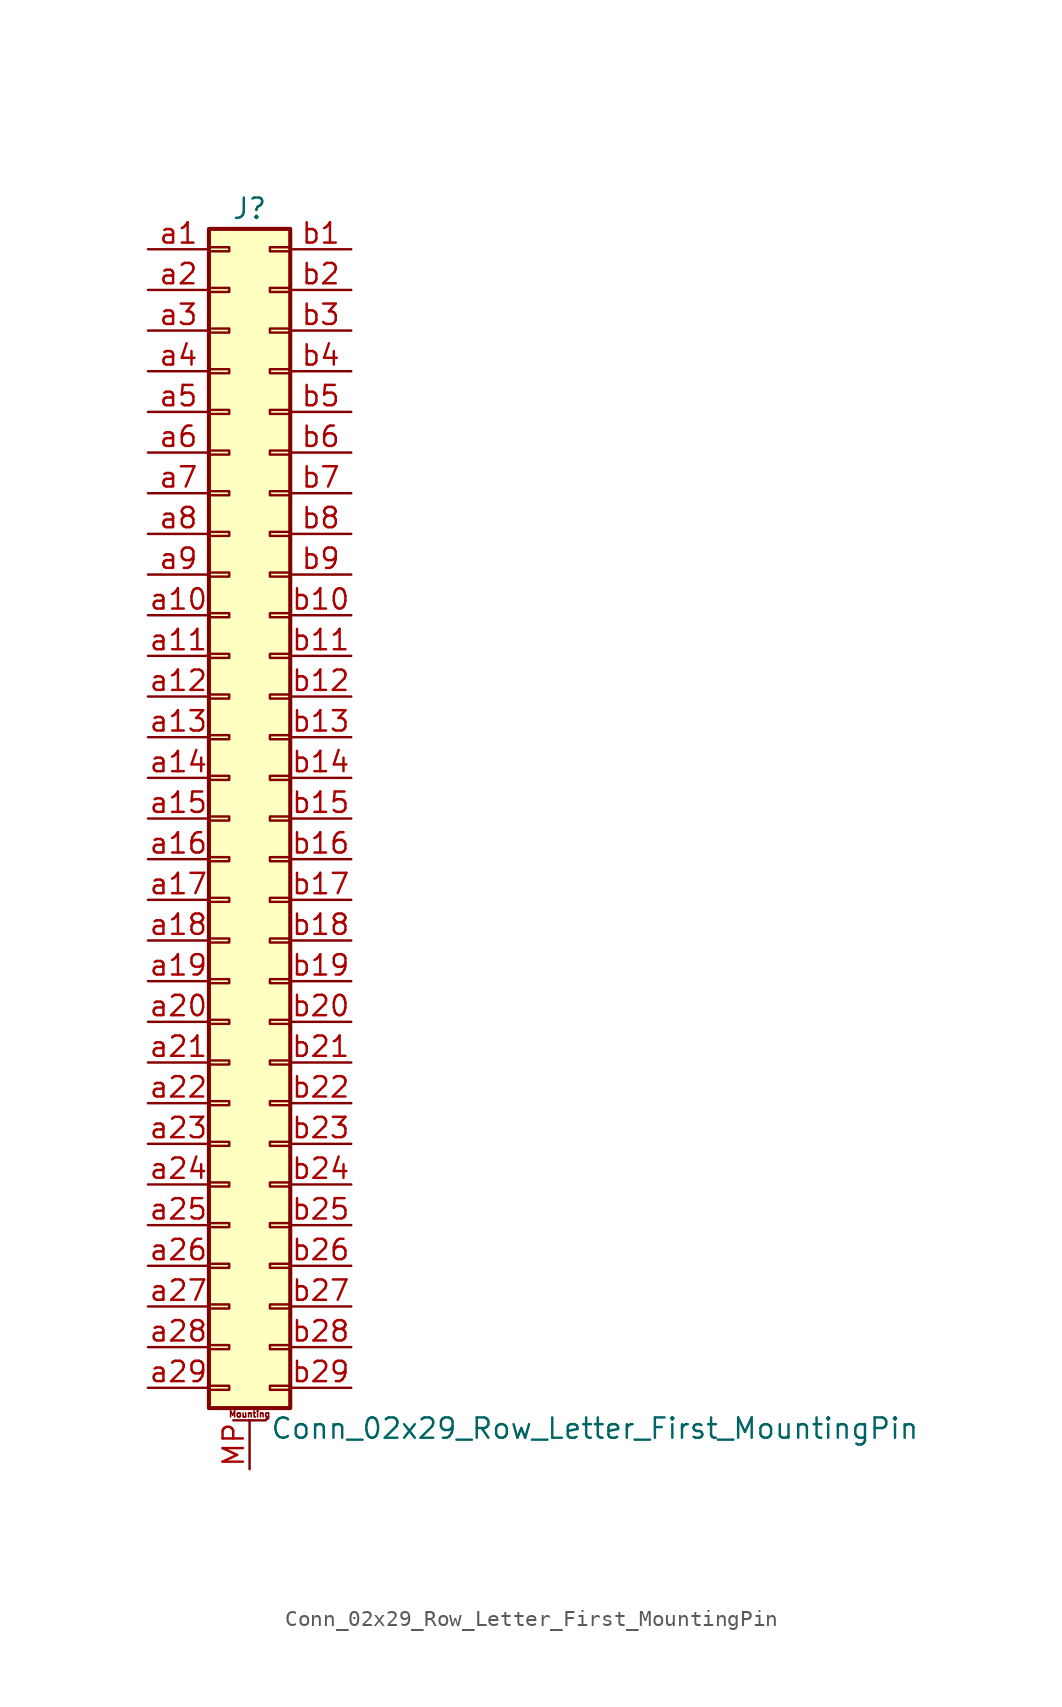
<source format=kicad_sym>
(kicad_symbol_lib
  (version 20201005)
  (generator kicad_symbol_editor)
  (symbol "Conn_02x29_Row_Letter_First_MountingPin"
    (pin_names
      (offset 1.016) hide)
    (property "Reference" "J"
      (at 1.27 38.1 0)
      (effects (font (size 1.27 1.27))))
    (property "Value" "Conn_02x29_Row_Letter_First_MountingPin"
      (at 2.54 -38.1 0)
      (effects (font (size 1.27 1.27)) (justify left)))
    (symbol "Conn_02x29_Row_Letter_First_MountingPin_1_1"
      (text "Mounting" (at 1.27 -37.211 0) (effects (font (size 0.381 0.381))))
      (rectangle (start -1.27 -35.433) (end 0 -35.687) (stroke (width 0.152)) (fill (type none)))
      (rectangle (start -1.27 -32.893) (end 0 -33.147) (stroke (width 0.152)) (fill (type none)))
      (rectangle (start -1.27 -30.353) (end 0 -30.607) (stroke (width 0.152)) (fill (type none)))
      (rectangle (start -1.27 -27.813) (end 0 -28.067) (stroke (width 0.152)) (fill (type none)))
      (rectangle (start -1.27 -25.273) (end 0 -25.527) (stroke (width 0.152)) (fill (type none)))
      (rectangle (start -1.27 -22.733) (end 0 -22.987) (stroke (width 0.152)) (fill (type none)))
      (rectangle (start -1.27 -20.193) (end 0 -20.447) (stroke (width 0.152)) (fill (type none)))
      (rectangle (start -1.27 -17.653) (end 0 -17.907) (stroke (width 0.152)) (fill (type none)))
      (rectangle (start -1.27 -15.113) (end 0 -15.367) (stroke (width 0.152)) (fill (type none)))
      (rectangle (start -1.27 -12.573) (end 0 -12.827) (stroke (width 0.152)) (fill (type none)))
      (rectangle (start -1.27 -10.033) (end 0 -10.287) (stroke (width 0.152)) (fill (type none)))
      (rectangle (start -1.27 -7.493) (end 0 -7.747) (stroke (width 0.152)) (fill (type none)))
      (rectangle (start -1.27 -4.953) (end 0 -5.207) (stroke (width 0.152)) (fill (type none)))
      (rectangle (start -1.27 -2.413) (end 0 -2.667) (stroke (width 0.152)) (fill (type none)))
      (rectangle (start -1.27 0.127) (end 0 -0.127) (stroke (width 0.152)) (fill (type none)))
      (rectangle (start -1.27 2.667) (end 0 2.413) (stroke (width 0.152)) (fill (type none)))
      (rectangle (start -1.27 5.207) (end 0 4.953) (stroke (width 0.152)) (fill (type none)))
      (rectangle (start -1.27 7.747) (end 0 7.493) (stroke (width 0.152)) (fill (type none)))
      (rectangle (start -1.27 10.287) (end 0 10.033) (stroke (width 0.152)) (fill (type none)))
      (rectangle (start -1.27 12.827) (end 0 12.573) (stroke (width 0.152)) (fill (type none)))
      (rectangle (start -1.27 15.367) (end 0 15.113) (stroke (width 0.152)) (fill (type none)))
      (rectangle (start -1.27 17.907) (end 0 17.653) (stroke (width 0.152)) (fill (type none)))
      (rectangle (start -1.27 20.447) (end 0 20.193) (stroke (width 0.152)) (fill (type none)))
      (rectangle (start -1.27 22.987) (end 0 22.733) (stroke (width 0.152)) (fill (type none)))
      (rectangle (start -1.27 25.527) (end 0 25.273) (stroke (width 0.152)) (fill (type none)))
      (rectangle (start -1.27 28.067) (end 0 27.813) (stroke (width 0.152)) (fill (type none)))
      (rectangle (start -1.27 30.607) (end 0 30.353) (stroke (width 0.152)) (fill (type none)))
      (rectangle (start -1.27 33.147) (end 0 32.893) (stroke (width 0.152)) (fill (type none)))
      (rectangle (start -1.27 35.687) (end 0 35.433) (stroke (width 0.152)) (fill (type none)))
      (rectangle (start -1.27 36.83) (end 3.81 -36.83) (stroke (width 0.254)) (fill (type background)))
      (rectangle (start 3.81 -35.433) (end 2.54 -35.687) (stroke (width 0.152)) (fill (type none)))
      (rectangle (start 3.81 -32.893) (end 2.54 -33.147) (stroke (width 0.152)) (fill (type none)))
      (rectangle (start 3.81 -30.353) (end 2.54 -30.607) (stroke (width 0.152)) (fill (type none)))
      (rectangle (start 3.81 -27.813) (end 2.54 -28.067) (stroke (width 0.152)) (fill (type none)))
      (rectangle (start 3.81 -25.273) (end 2.54 -25.527) (stroke (width 0.152)) (fill (type none)))
      (rectangle (start 3.81 -22.733) (end 2.54 -22.987) (stroke (width 0.152)) (fill (type none)))
      (rectangle (start 3.81 -20.193) (end 2.54 -20.447) (stroke (width 0.152)) (fill (type none)))
      (rectangle (start 3.81 -17.653) (end 2.54 -17.907) (stroke (width 0.152)) (fill (type none)))
      (rectangle (start 3.81 -15.113) (end 2.54 -15.367) (stroke (width 0.152)) (fill (type none)))
      (rectangle (start 3.81 -12.573) (end 2.54 -12.827) (stroke (width 0.152)) (fill (type none)))
      (rectangle (start 3.81 -10.033) (end 2.54 -10.287) (stroke (width 0.152)) (fill (type none)))
      (rectangle (start 3.81 -7.493) (end 2.54 -7.747) (stroke (width 0.152)) (fill (type none)))
      (rectangle (start 3.81 -4.953) (end 2.54 -5.207) (stroke (width 0.152)) (fill (type none)))
      (rectangle (start 3.81 -2.413) (end 2.54 -2.667) (stroke (width 0.152)) (fill (type none)))
      (rectangle (start 3.81 0.127) (end 2.54 -0.127) (stroke (width 0.152)) (fill (type none)))
      (rectangle (start 3.81 2.667) (end 2.54 2.413) (stroke (width 0.152)) (fill (type none)))
      (rectangle (start 3.81 5.207) (end 2.54 4.953) (stroke (width 0.152)) (fill (type none)))
      (rectangle (start 3.81 7.747) (end 2.54 7.493) (stroke (width 0.152)) (fill (type none)))
      (rectangle (start 3.81 10.287) (end 2.54 10.033) (stroke (width 0.152)) (fill (type none)))
      (rectangle (start 3.81 12.827) (end 2.54 12.573) (stroke (width 0.152)) (fill (type none)))
      (rectangle (start 3.81 15.367) (end 2.54 15.113) (stroke (width 0.152)) (fill (type none)))
      (rectangle (start 3.81 17.907) (end 2.54 17.653) (stroke (width 0.152)) (fill (type none)))
      (rectangle (start 3.81 20.447) (end 2.54 20.193) (stroke (width 0.152)) (fill (type none)))
      (rectangle (start 3.81 22.987) (end 2.54 22.733) (stroke (width 0.152)) (fill (type none)))
      (rectangle (start 3.81 25.527) (end 2.54 25.273) (stroke (width 0.152)) (fill (type none)))
      (rectangle (start 3.81 28.067) (end 2.54 27.813) (stroke (width 0.152)) (fill (type none)))
      (rectangle (start 3.81 30.607) (end 2.54 30.353) (stroke (width 0.152)) (fill (type none)))
      (rectangle (start 3.81 33.147) (end 2.54 32.893) (stroke (width 0.152)) (fill (type none)))
      (rectangle (start 3.81 35.687) (end 2.54 35.433) (stroke (width 0.152)) (fill (type none)))
      (polyline (pts (xy 0.254 -37.592) (xy 2.286 -37.592)) (stroke (width 0.152)) (fill (type none)))
      (pin passive line (at 1.27 -40.64 90) (length 3.048) (name "MountPin" (effects (font (size 1.27 1.27)))) (number "MP" (effects (font (size 1.27 1.27)))))
      (pin passive line (at -5.08 35.56 0) (length 3.81) (name "Pin_a1" (effects (font (size 1.27 1.27)))) (number "a1" (effects (font (size 1.27 1.27)))))
      (pin passive line (at -5.08 12.7 0) (length 3.81) (name "Pin_a10" (effects (font (size 1.27 1.27)))) (number "a10" (effects (font (size 1.27 1.27)))))
      (pin passive line (at -5.08 10.16 0) (length 3.81) (name "Pin_a11" (effects (font (size 1.27 1.27)))) (number "a11" (effects (font (size 1.27 1.27)))))
      (pin passive line (at -5.08 7.62 0) (length 3.81) (name "Pin_a12" (effects (font (size 1.27 1.27)))) (number "a12" (effects (font (size 1.27 1.27)))))
      (pin passive line (at -5.08 5.08 0) (length 3.81) (name "Pin_a13" (effects (font (size 1.27 1.27)))) (number "a13" (effects (font (size 1.27 1.27)))))
      (pin passive line (at -5.08 2.54 0) (length 3.81) (name "Pin_a14" (effects (font (size 1.27 1.27)))) (number "a14" (effects (font (size 1.27 1.27)))))
      (pin passive line (at -5.08 0 0) (length 3.81) (name "Pin_a15" (effects (font (size 1.27 1.27)))) (number "a15" (effects (font (size 1.27 1.27)))))
      (pin passive line (at -5.08 -2.54 0) (length 3.81) (name "Pin_a16" (effects (font (size 1.27 1.27)))) (number "a16" (effects (font (size 1.27 1.27)))))
      (pin passive line (at -5.08 -5.08 0) (length 3.81) (name "Pin_a17" (effects (font (size 1.27 1.27)))) (number "a17" (effects (font (size 1.27 1.27)))))
      (pin passive line (at -5.08 -7.62 0) (length 3.81) (name "Pin_a18" (effects (font (size 1.27 1.27)))) (number "a18" (effects (font (size 1.27 1.27)))))
      (pin passive line (at -5.08 -10.16 0) (length 3.81) (name "Pin_a19" (effects (font (size 1.27 1.27)))) (number "a19" (effects (font (size 1.27 1.27)))))
      (pin passive line (at -5.08 33.02 0) (length 3.81) (name "Pin_a2" (effects (font (size 1.27 1.27)))) (number "a2" (effects (font (size 1.27 1.27)))))
      (pin passive line (at -5.08 -12.7 0) (length 3.81) (name "Pin_a20" (effects (font (size 1.27 1.27)))) (number "a20" (effects (font (size 1.27 1.27)))))
      (pin passive line (at -5.08 -15.24 0) (length 3.81) (name "Pin_a21" (effects (font (size 1.27 1.27)))) (number "a21" (effects (font (size 1.27 1.27)))))
      (pin passive line (at -5.08 -17.78 0) (length 3.81) (name "Pin_a22" (effects (font (size 1.27 1.27)))) (number "a22" (effects (font (size 1.27 1.27)))))
      (pin passive line (at -5.08 -20.32 0) (length 3.81) (name "Pin_a23" (effects (font (size 1.27 1.27)))) (number "a23" (effects (font (size 1.27 1.27)))))
      (pin passive line (at -5.08 -22.86 0) (length 3.81) (name "Pin_a24" (effects (font (size 1.27 1.27)))) (number "a24" (effects (font (size 1.27 1.27)))))
      (pin passive line (at -5.08 -25.4 0) (length 3.81) (name "Pin_a25" (effects (font (size 1.27 1.27)))) (number "a25" (effects (font (size 1.27 1.27)))))
      (pin passive line (at -5.08 -27.94 0) (length 3.81) (name "Pin_a26" (effects (font (size 1.27 1.27)))) (number "a26" (effects (font (size 1.27 1.27)))))
      (pin passive line (at -5.08 -30.48 0) (length 3.81) (name "Pin_a27" (effects (font (size 1.27 1.27)))) (number "a27" (effects (font (size 1.27 1.27)))))
      (pin passive line (at -5.08 -33.02 0) (length 3.81) (name "Pin_a28" (effects (font (size 1.27 1.27)))) (number "a28" (effects (font (size 1.27 1.27)))))
      (pin passive line (at -5.08 -35.56 0) (length 3.81) (name "Pin_a29" (effects (font (size 1.27 1.27)))) (number "a29" (effects (font (size 1.27 1.27)))))
      (pin passive line (at -5.08 30.48 0) (length 3.81) (name "Pin_a3" (effects (font (size 1.27 1.27)))) (number "a3" (effects (font (size 1.27 1.27)))))
      (pin passive line (at -5.08 27.94 0) (length 3.81) (name "Pin_a4" (effects (font (size 1.27 1.27)))) (number "a4" (effects (font (size 1.27 1.27)))))
      (pin passive line (at -5.08 25.4 0) (length 3.81) (name "Pin_a5" (effects (font (size 1.27 1.27)))) (number "a5" (effects (font (size 1.27 1.27)))))
      (pin passive line (at -5.08 22.86 0) (length 3.81) (name "Pin_a6" (effects (font (size 1.27 1.27)))) (number "a6" (effects (font (size 1.27 1.27)))))
      (pin passive line (at -5.08 20.32 0) (length 3.81) (name "Pin_a7" (effects (font (size 1.27 1.27)))) (number "a7" (effects (font (size 1.27 1.27)))))
      (pin passive line (at -5.08 17.78 0) (length 3.81) (name "Pin_a8" (effects (font (size 1.27 1.27)))) (number "a8" (effects (font (size 1.27 1.27)))))
      (pin passive line (at -5.08 15.24 0) (length 3.81) (name "Pin_a9" (effects (font (size 1.27 1.27)))) (number "a9" (effects (font (size 1.27 1.27)))))
      (pin passive line (at 7.62 35.56 180) (length 3.81) (name "Pin_b1" (effects (font (size 1.27 1.27)))) (number "b1" (effects (font (size 1.27 1.27)))))
      (pin passive line (at 7.62 12.7 180) (length 3.81) (name "Pin_b10" (effects (font (size 1.27 1.27)))) (number "b10" (effects (font (size 1.27 1.27)))))
      (pin passive line (at 7.62 10.16 180) (length 3.81) (name "Pin_b11" (effects (font (size 1.27 1.27)))) (number "b11" (effects (font (size 1.27 1.27)))))
      (pin passive line (at 7.62 7.62 180) (length 3.81) (name "Pin_b12" (effects (font (size 1.27 1.27)))) (number "b12" (effects (font (size 1.27 1.27)))))
      (pin passive line (at 7.62 5.08 180) (length 3.81) (name "Pin_b13" (effects (font (size 1.27 1.27)))) (number "b13" (effects (font (size 1.27 1.27)))))
      (pin passive line (at 7.62 2.54 180) (length 3.81) (name "Pin_b14" (effects (font (size 1.27 1.27)))) (number "b14" (effects (font (size 1.27 1.27)))))
      (pin passive line (at 7.62 0 180) (length 3.81) (name "Pin_b15" (effects (font (size 1.27 1.27)))) (number "b15" (effects (font (size 1.27 1.27)))))
      (pin passive line (at 7.62 -2.54 180) (length 3.81) (name "Pin_b16" (effects (font (size 1.27 1.27)))) (number "b16" (effects (font (size 1.27 1.27)))))
      (pin passive line (at 7.62 -5.08 180) (length 3.81) (name "Pin_b17" (effects (font (size 1.27 1.27)))) (number "b17" (effects (font (size 1.27 1.27)))))
      (pin passive line (at 7.62 -7.62 180) (length 3.81) (name "Pin_b18" (effects (font (size 1.27 1.27)))) (number "b18" (effects (font (size 1.27 1.27)))))
      (pin passive line (at 7.62 -10.16 180) (length 3.81) (name "Pin_b19" (effects (font (size 1.27 1.27)))) (number "b19" (effects (font (size 1.27 1.27)))))
      (pin passive line (at 7.62 33.02 180) (length 3.81) (name "Pin_b2" (effects (font (size 1.27 1.27)))) (number "b2" (effects (font (size 1.27 1.27)))))
      (pin passive line (at 7.62 -12.7 180) (length 3.81) (name "Pin_b20" (effects (font (size 1.27 1.27)))) (number "b20" (effects (font (size 1.27 1.27)))))
      (pin passive line (at 7.62 -15.24 180) (length 3.81) (name "Pin_b21" (effects (font (size 1.27 1.27)))) (number "b21" (effects (font (size 1.27 1.27)))))
      (pin passive line (at 7.62 -17.78 180) (length 3.81) (name "Pin_b22" (effects (font (size 1.27 1.27)))) (number "b22" (effects (font (size 1.27 1.27)))))
      (pin passive line (at 7.62 -20.32 180) (length 3.81) (name "Pin_b23" (effects (font (size 1.27 1.27)))) (number "b23" (effects (font (size 1.27 1.27)))))
      (pin passive line (at 7.62 -22.86 180) (length 3.81) (name "Pin_b24" (effects (font (size 1.27 1.27)))) (number "b24" (effects (font (size 1.27 1.27)))))
      (pin passive line (at 7.62 -25.4 180) (length 3.81) (name "Pin_b25" (effects (font (size 1.27 1.27)))) (number "b25" (effects (font (size 1.27 1.27)))))
      (pin passive line (at 7.62 -27.94 180) (length 3.81) (name "Pin_b26" (effects (font (size 1.27 1.27)))) (number "b26" (effects (font (size 1.27 1.27)))))
      (pin passive line (at 7.62 -30.48 180) (length 3.81) (name "Pin_b27" (effects (font (size 1.27 1.27)))) (number "b27" (effects (font (size 1.27 1.27)))))
      (pin passive line (at 7.62 -33.02 180) (length 3.81) (name "Pin_b28" (effects (font (size 1.27 1.27)))) (number "b28" (effects (font (size 1.27 1.27)))))
      (pin passive line (at 7.62 -35.56 180) (length 3.81) (name "Pin_b29" (effects (font (size 1.27 1.27)))) (number "b29" (effects (font (size 1.27 1.27)))))
      (pin passive line (at 7.62 30.48 180) (length 3.81) (name "Pin_b3" (effects (font (size 1.27 1.27)))) (number "b3" (effects (font (size 1.27 1.27)))))
      (pin passive line (at 7.62 27.94 180) (length 3.81) (name "Pin_b4" (effects (font (size 1.27 1.27)))) (number "b4" (effects (font (size 1.27 1.27)))))
      (pin passive line (at 7.62 25.4 180) (length 3.81) (name "Pin_b5" (effects (font (size 1.27 1.27)))) (number "b5" (effects (font (size 1.27 1.27)))))
      (pin passive line (at 7.62 22.86 180) (length 3.81) (name "Pin_b6" (effects (font (size 1.27 1.27)))) (number "b6" (effects (font (size 1.27 1.27)))))
      (pin passive line (at 7.62 20.32 180) (length 3.81) (name "Pin_b7" (effects (font (size 1.27 1.27)))) (number "b7" (effects (font (size 1.27 1.27)))))
      (pin passive line (at 7.62 17.78 180) (length 3.81) (name "Pin_b8" (effects (font (size 1.27 1.27)))) (number "b8" (effects (font (size 1.27 1.27)))))
      (pin passive line (at 7.62 15.24 180) (length 3.81) (name "Pin_b9" (effects (font (size 1.27 1.27)))) (number "b9" (effects (font (size 1.27 1.27))))))))
</source>
